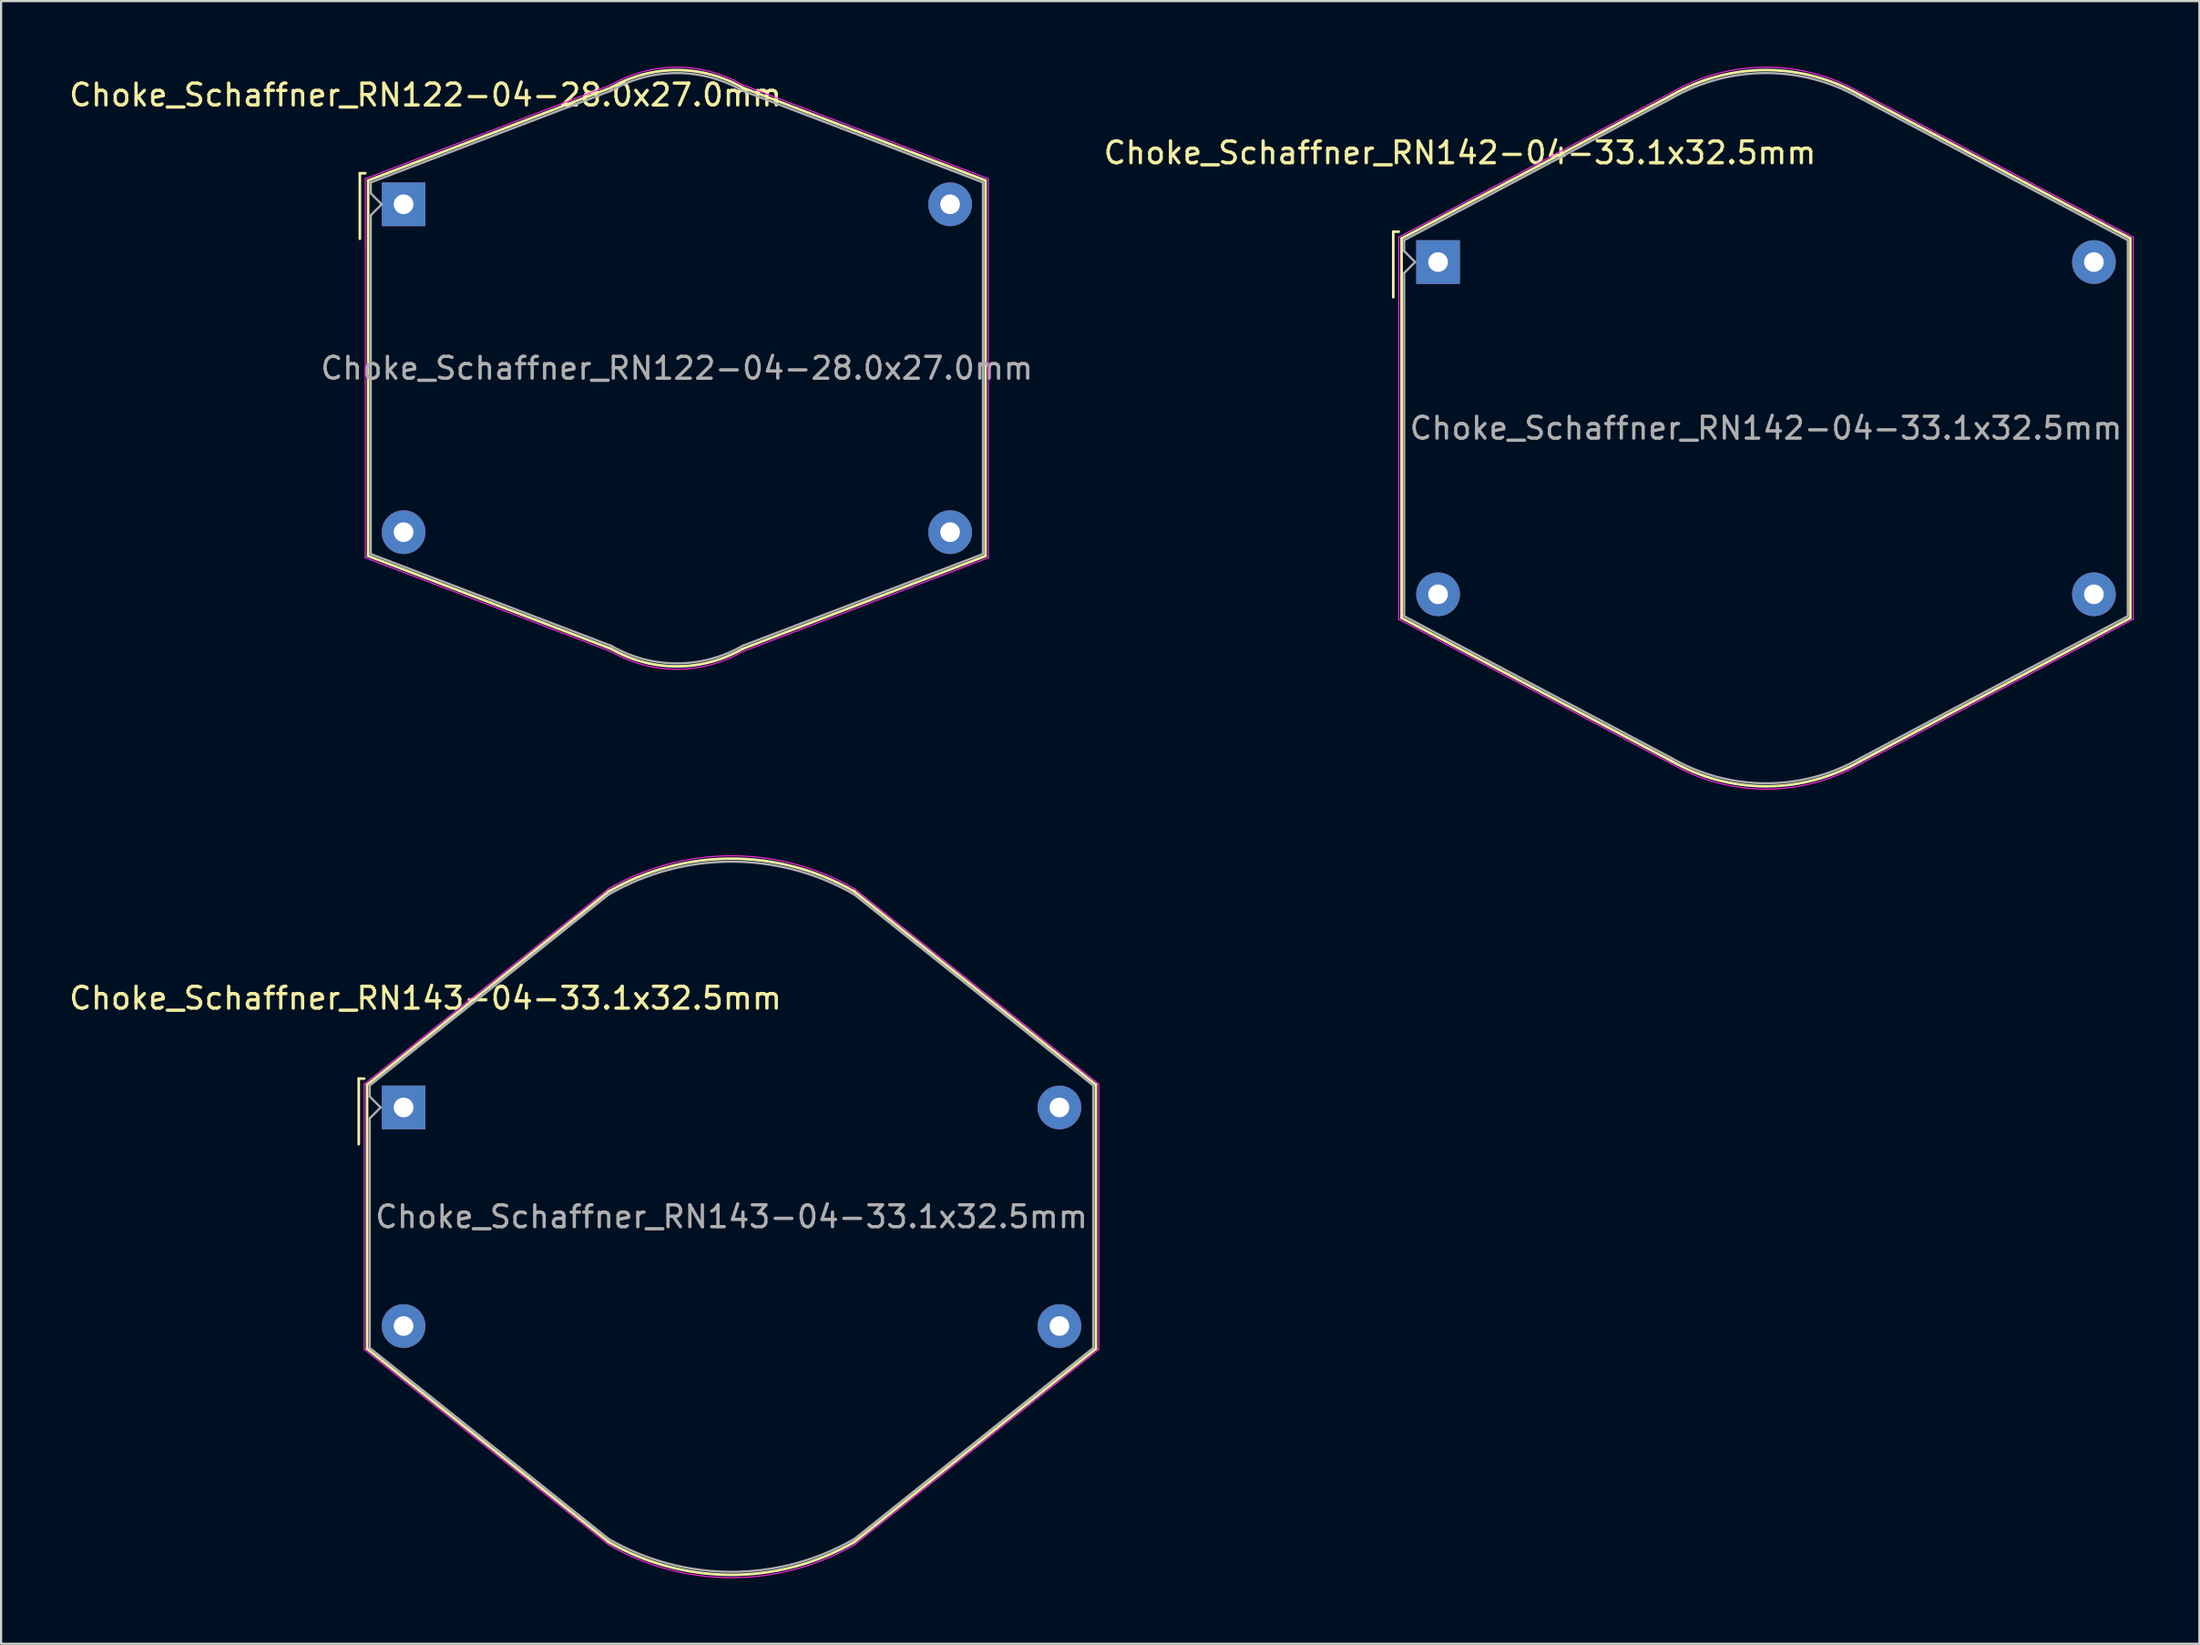
<source format=kicad_pcb>
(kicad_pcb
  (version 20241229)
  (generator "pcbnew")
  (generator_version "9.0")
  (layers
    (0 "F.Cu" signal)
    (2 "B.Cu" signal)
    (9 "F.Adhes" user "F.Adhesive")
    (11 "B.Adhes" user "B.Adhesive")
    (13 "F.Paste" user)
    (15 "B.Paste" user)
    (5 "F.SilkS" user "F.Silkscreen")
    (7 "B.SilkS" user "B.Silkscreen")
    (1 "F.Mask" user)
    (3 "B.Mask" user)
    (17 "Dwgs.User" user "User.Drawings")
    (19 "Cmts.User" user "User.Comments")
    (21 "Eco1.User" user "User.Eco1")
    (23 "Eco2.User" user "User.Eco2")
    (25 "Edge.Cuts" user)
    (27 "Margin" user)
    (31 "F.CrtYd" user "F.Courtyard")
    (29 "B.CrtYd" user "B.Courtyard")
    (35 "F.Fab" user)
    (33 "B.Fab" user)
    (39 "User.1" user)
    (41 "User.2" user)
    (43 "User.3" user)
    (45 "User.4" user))
  (footprint "Choke_Schaffner_RN142-04-33.1x32.5mm"
    (layer "F.Cu")
    (at 62.732 8.939)
    (property "Reference" "Choke_Schaffner_RN142-04-33.1x32.5mm" (at 1 -5 0) (layer "F.SilkS") (effects (font (size 1 1) (thickness 0.15))))
    (attr through_hole)
    (fp_line (start -2.05 -1.39) (end -2.05 1.61) (stroke (width 0.12) (type solid)) (layer "F.SilkS"))
    (fp_line (start -2.05 -1.39) (end -1.8 -1.39) (stroke (width 0.12) (type solid)) (layer "F.SilkS"))
    (fp_line (start -1.67 -1.08) (end 10.68 -7.63) (stroke (width 0.12) (type solid)) (layer "F.SilkS"))
    (fp_line (start -1.67 16.28) (end -1.67 -1.08) (stroke (width 0.12) (type solid)) (layer "F.SilkS"))
    (fp_line (start 10.68 22.83) (end -1.67 16.28) (stroke (width 0.12) (type solid)) (layer "F.SilkS"))
    (fp_line (start 19.32 -7.63) (end 31.67 -1.08) (stroke (width 0.12) (type solid)) (layer "F.SilkS"))
    (fp_line (start 31.67 -1.08) (end 31.67 16.28) (stroke (width 0.12) (type solid)) (layer "F.SilkS"))
    (fp_line (start 31.67 16.28) (end 19.32 22.83) (stroke (width 0.12) (type solid)) (layer "F.SilkS"))
    (fp_arc (start 10.68 -7.63) (mid 15.01377 -8.783851) (end 19.343851 -7.61623) (stroke (width 0.12) (type solid)) (layer "F.SilkS"))
    (fp_arc (start 19.32 22.83) (mid 14.98623 23.983851) (end 10.656149 22.81623) (stroke (width 0.12) (type solid)) (layer "F.SilkS"))
    (fp_line (start -1.8 -1.14) (end 10.68 -7.76) (stroke (width 0.05) (type solid)) (layer "F.CrtYd"))
    (fp_line (start -1.8 16.34) (end -1.8 -1.14) (stroke (width 0.05) (type solid)) (layer "F.CrtYd"))
    (fp_line (start 10.68 22.96) (end -1.8 16.34) (stroke (width 0.05) (type solid)) (layer "F.CrtYd"))
    (fp_line (start 19.32 -7.76) (end 31.8 -1.14) (stroke (width 0.05) (type solid)) (layer "F.CrtYd"))
    (fp_line (start 31.8 -1.14) (end 31.8 16.34) (stroke (width 0.05) (type solid)) (layer "F.CrtYd"))
    (fp_line (start 31.8 16.34) (end 19.32 22.96) (stroke (width 0.05) (type solid)) (layer "F.CrtYd"))
    (fp_arc (start 10.68 -7.76) (mid 15.01377 -8.913851) (end 19.343851 -7.74623) (stroke (width 0.05) (type solid)) (layer "F.CrtYd"))
    (fp_arc (start 19.32 22.96) (mid 14.98623 24.113851) (end 10.656149 22.94623) (stroke (width 0.05) (type solid)) (layer "F.CrtYd"))
    (fp_line (start -1.55 -1) (end 10.68 -7.49) (stroke (width 0.1) (type solid)) (layer "F.Fab"))
    (fp_line (start -1.55 -0.5) (end -1.55 -1) (stroke (width 0.1) (type solid)) (layer "F.Fab"))
    (fp_line (start -1.55 0.5) (end -1.05 0) (stroke (width 0.1) (type solid)) (layer "F.Fab"))
    (fp_line (start -1.55 16.2) (end -1.55 0.5) (stroke (width 0.1) (type solid)) (layer "F.Fab"))
    (fp_line (start -1.05 0) (end -1.55 -0.5) (stroke (width 0.1) (type solid)) (layer "F.Fab"))
    (fp_line (start 10.68 22.69) (end -1.55 16.2) (stroke (width 0.1) (type solid)) (layer "F.Fab"))
    (fp_line (start 19.32 -7.49) (end 31.55 -1) (stroke (width 0.1) (type solid)) (layer "F.Fab"))
    (fp_line (start 31.55 -1) (end 31.55 16.2) (stroke (width 0.1) (type solid)) (layer "F.Fab"))
    (fp_line (start 31.55 16.2) (end 19.32 22.69) (stroke (width 0.1) (type solid)) (layer "F.Fab"))
    (fp_arc (start 10.68 -7.49) (mid 15.00377 -8.64653) (end 19.32653 -7.48623) (stroke (width 0.1) (type solid)) (layer "F.Fab"))
    (fp_arc (start 19.32 22.69) (mid 14.99623 23.84653) (end 10.67347 22.68623) (stroke (width 0.1) (type solid)) (layer "F.Fab"))
    (fp_text user "${REFERENCE}" (at 15 7.6 0) (layer "F.Fab") (effects (font (size 1 1) (thickness 0.15))))
    (pad "1" thru_hole rect (at 0 0) (size 2 2) (drill 0.9) (layers "*.Cu" "*.Mask"))
    (pad "2" thru_hole circle (at 30 0) (size 2 2) (drill 0.9) (layers "*.Cu" "*.Mask"))
    (pad "3" thru_hole circle (at 0 15.2) (size 2 2) (drill 0.9) (layers "*.Cu" "*.Mask"))
    (pad "4" thru_hole circle (at 30 15.2) (size 2 2) (drill 0.9) (layers "*.Cu" "*.Mask")))
  (footprint "Choke_Schaffner_RN122-04-28.0x27.0mm"
    (layer "F.Cu")
    (at 15.411 6.296)
    (property "Reference" "Choke_Schaffner_RN122-04-28.0x27.0mm" (at 1 -5 0) (layer "F.SilkS") (effects (font (size 1 1) (thickness 0.15))))
    (attr through_hole)
    (fp_line (start -2 -1.42) (end -2 1.58) (stroke (width 0.12) (type solid)) (layer "F.SilkS"))
    (fp_line (start -2 -1.42) (end -1.75 -1.42) (stroke (width 0.12) (type solid)) (layer "F.SilkS"))
    (fp_line (start -1.62 -1.09) (end 9.5 -5.34) (stroke (width 0.12) (type solid)) (layer "F.SilkS"))
    (fp_line (start -1.62 16.09) (end -1.62 -1.09) (stroke (width 0.12) (type solid)) (layer "F.SilkS"))
    (fp_line (start 9.5 20.34) (end -1.62 16.09) (stroke (width 0.12) (type solid)) (layer "F.SilkS"))
    (fp_line (start 15.5 -5.34) (end 26.62 -1.09) (stroke (width 0.12) (type solid)) (layer "F.SilkS"))
    (fp_line (start 26.62 -1.09) (end 26.62 16.09) (stroke (width 0.12) (type solid)) (layer "F.SilkS"))
    (fp_line (start 26.62 16.09) (end 15.5 20.34) (stroke (width 0.12) (type solid)) (layer "F.SilkS"))
    (fp_arc (start 9.5 -5.34) (mid 12.511924 -6.140653) (end 15.520653 -5.328076) (stroke (width 0.12) (type solid)) (layer "F.SilkS"))
    (fp_arc (start 15.5 20.34) (mid 12.488076 21.140653) (end 9.479347 20.328076) (stroke (width 0.12) (type solid)) (layer "F.SilkS"))
    (fp_line (start -1.75 -1.17) (end 9.5 -5.47) (stroke (width 0.05) (type solid)) (layer "F.CrtYd"))
    (fp_line (start -1.75 16.17) (end -1.75 -1.17) (stroke (width 0.05) (type solid)) (layer "F.CrtYd"))
    (fp_line (start 9.5 20.47) (end -1.75 16.17) (stroke (width 0.05) (type solid)) (layer "F.CrtYd"))
    (fp_line (start 15.5 -5.47) (end 26.75 -1.17) (stroke (width 0.05) (type solid)) (layer "F.CrtYd"))
    (fp_line (start 26.75 -1.17) (end 26.75 16.17) (stroke (width 0.05) (type solid)) (layer "F.CrtYd"))
    (fp_line (start 26.75 16.17) (end 15.5 20.47) (stroke (width 0.05) (type solid)) (layer "F.CrtYd"))
    (fp_arc (start 9.5 -5.47) (mid 12.511924 -6.270653) (end 15.520653 -5.458076) (stroke (width 0.05) (type solid)) (layer "F.CrtYd"))
    (fp_arc (start 15.5 20.47) (mid 12.488076 21.270653) (end 9.479347 20.458076) (stroke (width 0.05) (type solid)) (layer "F.CrtYd"))
    (fp_line (start -1.5 -1) (end 9.5 -5.2) (stroke (width 0.1) (type solid)) (layer "F.Fab"))
    (fp_line (start -1.5 -0.5) (end -1.5 -1) (stroke (width 0.1) (type solid)) (layer "F.Fab"))
    (fp_line (start -1.5 0.5) (end -1 0) (stroke (width 0.1) (type solid)) (layer "F.Fab"))
    (fp_line (start -1.5 16) (end -1.5 0.5) (stroke (width 0.1) (type solid)) (layer "F.Fab"))
    (fp_line (start -1 0) (end -1.5 -0.5) (stroke (width 0.1) (type solid)) (layer "F.Fab"))
    (fp_line (start 9.5 20.2) (end -1.5 16) (stroke (width 0.1) (type solid)) (layer "F.Fab"))
    (fp_line (start 15.5 -5.2) (end 26.5 -1) (stroke (width 0.1) (type solid)) (layer "F.Fab"))
    (fp_line (start 26.5 -1) (end 26.5 16) (stroke (width 0.1) (type solid)) (layer "F.Fab"))
    (fp_line (start 26.5 16) (end 15.5 20.2) (stroke (width 0.1) (type solid)) (layer "F.Fab"))
    (fp_arc (start 9.5 -5.2) (mid 12.501924 -6.003332) (end 15.503332 -5.198076) (stroke (width 0.1) (type solid)) (layer "F.Fab"))
    (fp_arc (start 15.5 20.2) (mid 12.498076 21.003332) (end 9.496668 20.198076) (stroke (width 0.1) (type solid)) (layer "F.Fab"))
    (fp_text user "${REFERENCE}" (at 12.5 7.5 0) (layer "F.Fab") (effects (font (size 1 1) (thickness 0.15))))
    (pad "1" thru_hole rect (at 0 0) (size 2 2) (drill 0.9) (layers "*.Cu" "*.Mask"))
    (pad "2" thru_hole circle (at 25 0) (size 2 2) (drill 0.9) (layers "*.Cu" "*.Mask"))
    (pad "3" thru_hole circle (at 0 15) (size 2 2) (drill 0.9) (layers "*.Cu" "*.Mask"))
    (pad "4" thru_hole circle (at 25 15) (size 2 2) (drill 0.9) (layers "*.Cu" "*.Mask")))
  (footprint "Choke_Schaffner_RN143-04-33.1x32.5mm"
    (layer "F.Cu")
    (at 15.411 47.615)
    (property "Reference" "Choke_Schaffner_RN143-04-33.1x32.5mm" (at 1 -5 0) (layer "F.SilkS") (effects (font (size 1 1) (thickness 0.15))))
    (attr through_hole)
    (fp_line (start -2.05 -1.32) (end -2.05 1.68) (stroke (width 0.12) (type solid)) (layer "F.SilkS"))
    (fp_line (start -2.05 -1.32) (end -1.8 -1.32) (stroke (width 0.12) (type solid)) (layer "F.SilkS"))
    (fp_line (start -1.67 -1.04) (end 9.38 -9.88) (stroke (width 0.12) (type solid)) (layer "F.SilkS"))
    (fp_line (start -1.67 11.04) (end -1.67 -1.04) (stroke (width 0.12) (type solid)) (layer "F.SilkS"))
    (fp_line (start 9.38 19.88) (end -1.67 11.04) (stroke (width 0.12) (type solid)) (layer "F.SilkS"))
    (fp_line (start 20.62 -9.88) (end 31.67 -1.04) (stroke (width 0.12) (type solid)) (layer "F.SilkS"))
    (fp_line (start 31.67 -1.04) (end 31.67 11.04) (stroke (width 0.12) (type solid)) (layer "F.SilkS"))
    (fp_line (start 31.67 11.04) (end 20.62 19.88) (stroke (width 0.12) (type solid)) (layer "F.SilkS"))
    (fp_arc (start 9.38 -9.88) (mid 15.012937 -11.382408) (end 20.642408 -9.867063) (stroke (width 0.12) (type solid)) (layer "F.SilkS"))
    (fp_arc (start 20.62 19.88) (mid 14.987063 21.382408) (end 9.357592 19.867063) (stroke (width 0.12) (type solid)) (layer "F.SilkS"))
    (fp_line (start -1.8 -1.07) (end 9.38 -10.01) (stroke (width 0.05) (type solid)) (layer "F.CrtYd"))
    (fp_line (start -1.8 11.07) (end -1.8 -1.07) (stroke (width 0.05) (type solid)) (layer "F.CrtYd"))
    (fp_line (start 9.38 20.01) (end -1.8 11.07) (stroke (width 0.05) (type solid)) (layer "F.CrtYd"))
    (fp_line (start 20.62 -10.01) (end 31.8 -1.07) (stroke (width 0.05) (type solid)) (layer "F.CrtYd"))
    (fp_line (start 31.8 -1.07) (end 31.8 11.07) (stroke (width 0.05) (type solid)) (layer "F.CrtYd"))
    (fp_line (start 31.8 11.07) (end 20.62 20.01) (stroke (width 0.05) (type solid)) (layer "F.CrtYd"))
    (fp_arc (start 9.38 -10.01) (mid 15.012937 -11.512408) (end 20.642408 -9.997063) (stroke (width 0.05) (type solid)) (layer "F.CrtYd"))
    (fp_arc (start 20.62 20.01) (mid 14.987063 21.512408) (end 9.357592 19.997063) (stroke (width 0.05) (type solid)) (layer "F.CrtYd"))
    (fp_line (start -1.55 -1) (end 9.38 -9.74) (stroke (width 0.1) (type solid)) (layer "F.Fab"))
    (fp_line (start -1.55 -0.5) (end -1.55 -1) (stroke (width 0.1) (type solid)) (layer "F.Fab"))
    (fp_line (start -1.55 0.5) (end -1.05 0) (stroke (width 0.1) (type solid)) (layer "F.Fab"))
    (fp_line (start -1.55 11) (end -1.55 0.5) (stroke (width 0.1) (type solid)) (layer "F.Fab"))
    (fp_line (start -1.05 0) (end -1.55 -0.5) (stroke (width 0.1) (type solid)) (layer "F.Fab"))
    (fp_line (start 9.38 19.74) (end -1.55 11) (stroke (width 0.1) (type solid)) (layer "F.Fab"))
    (fp_line (start 20.62 -9.74) (end 31.55 -1) (stroke (width 0.1) (type solid)) (layer "F.Fab"))
    (fp_line (start 31.55 -1) (end 31.55 11) (stroke (width 0.1) (type solid)) (layer "F.Fab"))
    (fp_line (start 31.55 11) (end 20.62 19.74) (stroke (width 0.1) (type solid)) (layer "F.Fab"))
    (fp_arc (start 9.38 -9.74) (mid 15.002937 -11.245087) (end 20.625087 -9.737063) (stroke (width 0.1) (type solid)) (layer "F.Fab"))
    (fp_arc (start 20.62 19.74) (mid 14.997063 21.245087) (end 9.374913 19.737063) (stroke (width 0.1) (type solid)) (layer "F.Fab"))
    (fp_text user "${REFERENCE}" (at 15 5 0) (layer "F.Fab") (effects (font (size 1 1) (thickness 0.15))))
    (pad "1" thru_hole rect (at 0 0) (size 2 2) (drill 0.9) (layers "*.Cu" "*.Mask"))
    (pad "2" thru_hole circle (at 30 0) (size 2 2) (drill 0.9) (layers "*.Cu" "*.Mask"))
    (pad "3" thru_hole circle (at 0 10) (size 2 2) (drill 0.9) (layers "*.Cu" "*.Mask"))
    (pad "4" thru_hole circle (at 30 10) (size 2 2) (drill 0.9) (layers "*.Cu" "*.Mask")))
  (gr_rect
    (start -3 -3)
    (end 97.557 72.153)
    (stroke (width 0.1) (type default))
    (fill no)
    (layer "Edge.Cuts")))
</source>
